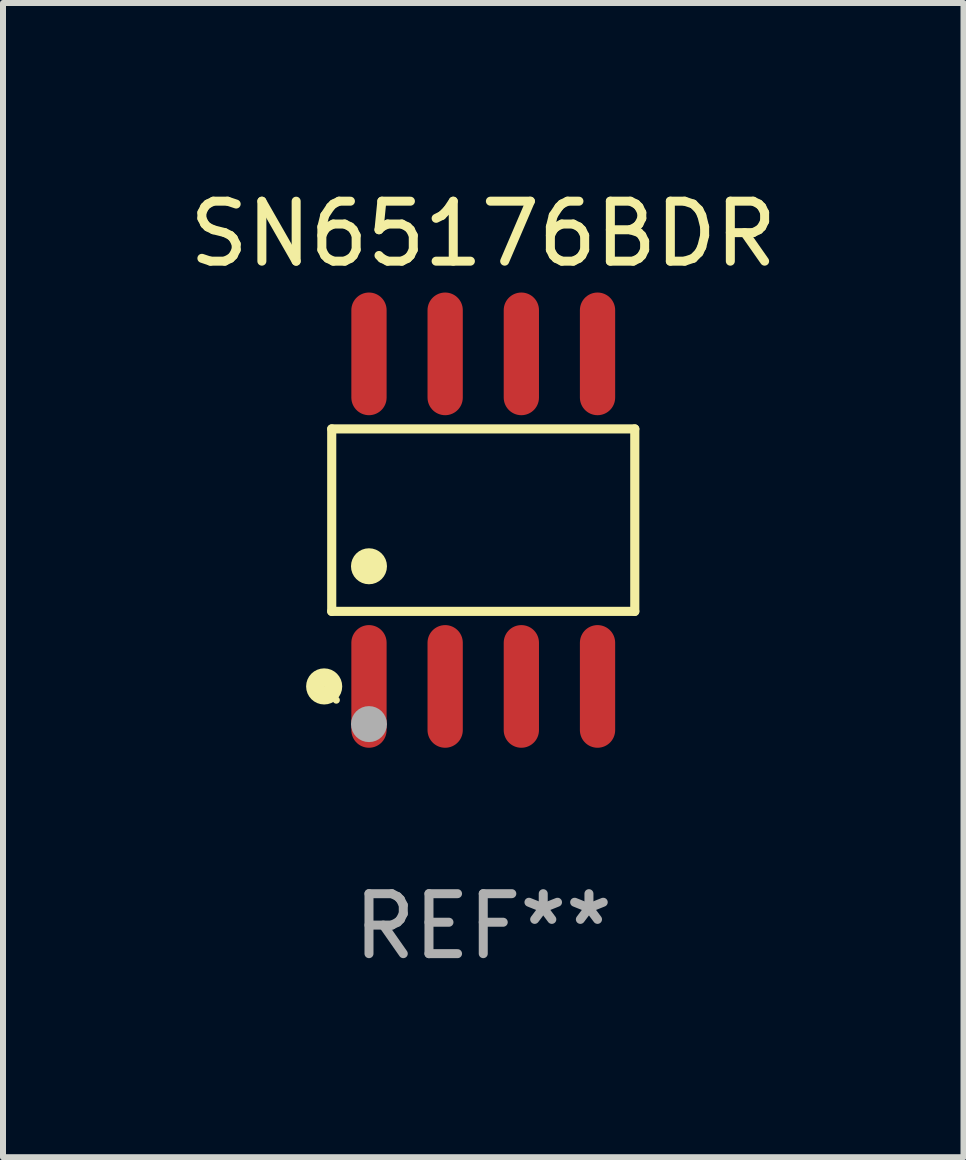
<source format=kicad_pcb>
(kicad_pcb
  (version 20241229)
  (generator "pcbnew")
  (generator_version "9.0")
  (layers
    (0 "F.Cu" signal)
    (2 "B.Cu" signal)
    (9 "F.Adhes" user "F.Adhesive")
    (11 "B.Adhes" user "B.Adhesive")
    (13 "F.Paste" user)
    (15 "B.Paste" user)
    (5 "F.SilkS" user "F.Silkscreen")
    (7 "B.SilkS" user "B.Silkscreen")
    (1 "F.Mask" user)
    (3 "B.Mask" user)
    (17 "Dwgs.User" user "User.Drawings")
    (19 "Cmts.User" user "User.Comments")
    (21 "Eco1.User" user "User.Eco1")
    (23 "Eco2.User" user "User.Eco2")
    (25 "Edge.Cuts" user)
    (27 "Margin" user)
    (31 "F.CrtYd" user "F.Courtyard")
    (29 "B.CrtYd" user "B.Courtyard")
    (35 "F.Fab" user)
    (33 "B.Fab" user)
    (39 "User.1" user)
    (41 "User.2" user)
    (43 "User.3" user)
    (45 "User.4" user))
  (footprint "SN65176BDR"
    (layer "F.Cu")
    (at 5.006 5.621)
    (property "Reference" "SN65176BDR" (at 0 -4.772 0) (layer "F.SilkS") (effects (font (size 1 1) (thickness 0.15))))
    (attr through_hole)
    (fp_line (start -2.526 -1.521) (end 2.526 -1.521) (stroke (width 0.152) (type solid)) (layer "F.SilkS"))
    (fp_line (start -2.526 1.521) (end -2.526 -1.521) (stroke (width 0.152) (type solid)) (layer "F.SilkS"))
    (fp_line (start 2.526 -1.521) (end 2.526 1.521) (stroke (width 0.152) (type solid)) (layer "F.SilkS"))
    (fp_line (start 2.526 1.521) (end -2.526 1.521) (stroke (width 0.152) (type solid)) (layer "F.SilkS"))
    (fp_circle (center -2.652 2.772) (end -2.501 2.772) (stroke (width 0.3) (type solid)) (fill no) (layer "F.SilkS"))
    (fp_circle (center -2.45 3) (end -2.42 3) (stroke (width 0.06) (type solid)) (fill no) (layer "F.SilkS"))
    (fp_circle (center -1.905 0.769) (end -1.755 0.769) (stroke (width 0.3) (type solid)) (fill no) (layer "F.SilkS"))
    (fp_circle (center -1.905 3.4) (end -1.755 3.4) (stroke (width 0.3) (type solid)) (fill no) (layer "F.Fab"))
    (fp_text user "REF**" (at 0 6.772 0) (layer "F.Fab") (effects (font (size 1 1) (thickness 0.15))))
    (pad "1" smd oval (at -1.905 2.772) (size 0.588 2.045) (layers "F.Cu" "F.Mask" "F.Paste"))
    (pad "2" smd oval (at -0.635 2.772) (size 0.588 2.045) (layers "F.Cu" "F.Mask" "F.Paste"))
    (pad "3" smd oval (at 0.635 2.772) (size 0.588 2.045) (layers "F.Cu" "F.Mask" "F.Paste"))
    (pad "4" smd oval (at 1.905 2.772) (size 0.588 2.045) (layers "F.Cu" "F.Mask" "F.Paste"))
    (pad "5" smd oval (at 1.905 -2.772) (size 0.588 2.045) (layers "F.Cu" "F.Mask" "F.Paste"))
    (pad "6" smd oval (at 0.635 -2.772) (size 0.588 2.045) (layers "F.Cu" "F.Mask" "F.Paste"))
    (pad "7" smd oval (at -0.635 -2.772) (size 0.588 2.045) (layers "F.Cu" "F.Mask" "F.Paste"))
    (pad "8" smd oval (at -1.905 -2.772) (size 0.588 2.045) (layers "F.Cu" "F.Mask" "F.Paste")))
  (gr_rect
    (start -3 -3)
    (end 13.012 16.241)
    (stroke (width 0.1) (type default))
    (fill no)
    (layer "Edge.Cuts")))
</source>
